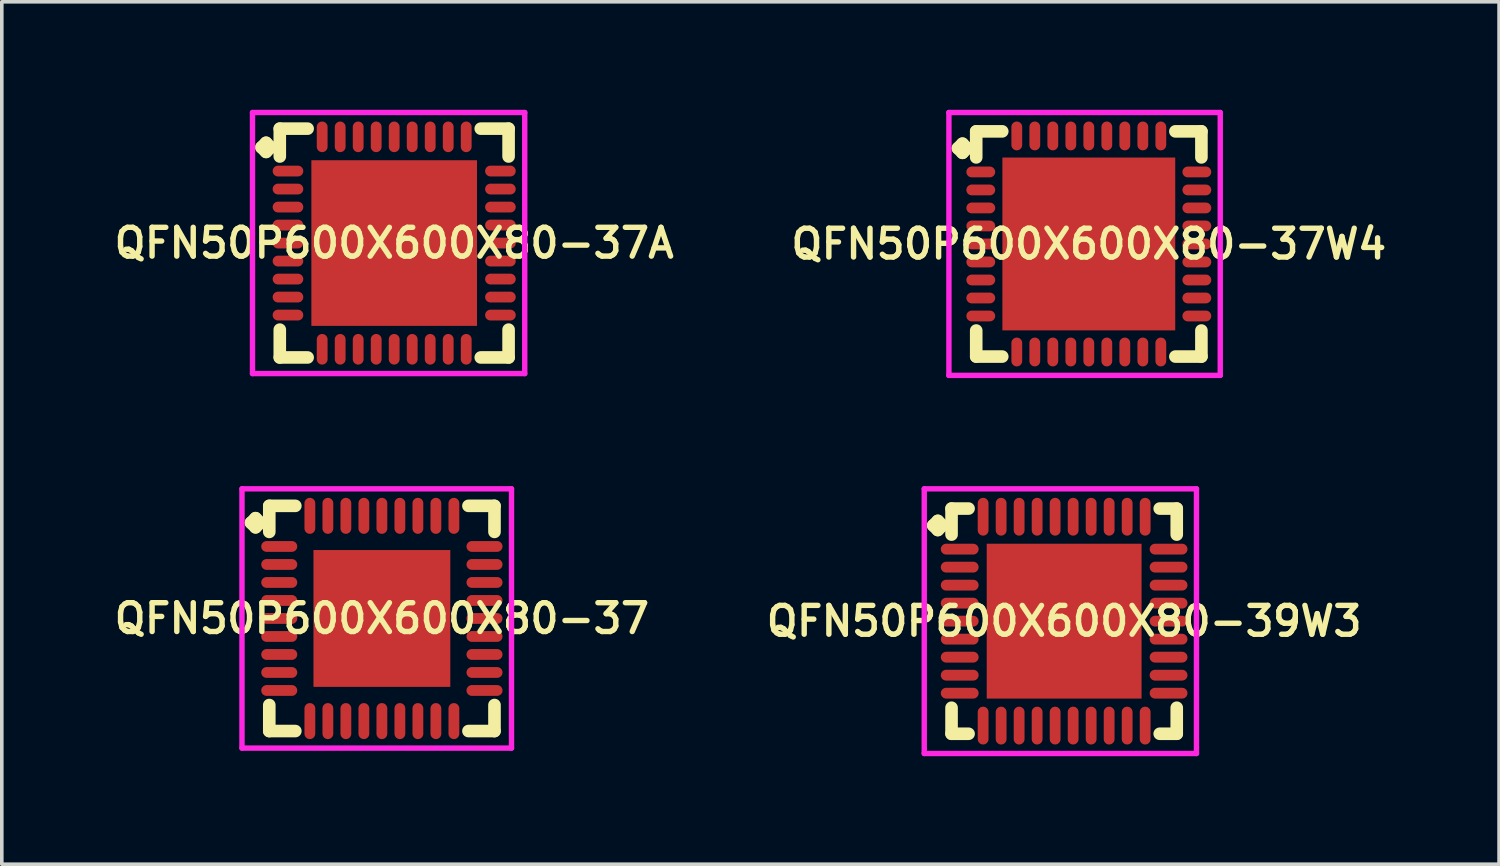
<source format=kicad_pcb>
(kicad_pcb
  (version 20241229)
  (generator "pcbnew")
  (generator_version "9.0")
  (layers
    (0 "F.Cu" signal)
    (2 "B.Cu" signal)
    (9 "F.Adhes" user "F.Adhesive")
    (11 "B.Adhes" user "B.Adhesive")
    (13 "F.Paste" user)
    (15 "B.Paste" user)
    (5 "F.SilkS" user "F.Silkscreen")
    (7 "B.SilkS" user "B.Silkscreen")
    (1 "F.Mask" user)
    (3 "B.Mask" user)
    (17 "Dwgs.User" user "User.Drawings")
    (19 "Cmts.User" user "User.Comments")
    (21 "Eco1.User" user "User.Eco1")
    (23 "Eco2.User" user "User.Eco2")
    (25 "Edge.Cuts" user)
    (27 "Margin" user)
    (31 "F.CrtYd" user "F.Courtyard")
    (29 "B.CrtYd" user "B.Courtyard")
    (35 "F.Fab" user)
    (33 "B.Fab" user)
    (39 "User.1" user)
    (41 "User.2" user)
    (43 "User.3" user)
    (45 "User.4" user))
  (footprint "QFN50P600X600X80-37"
    (layer "F.Cu")
    (at 7.555 14.125)
    (property "Reference" "QFN50P600X600X80-37" (at 0 0 0) (layer "F.SilkS") (effects (font (size 0.8 0.8) (thickness 0.15))))
    (attr smd)
    (fp_line (start -3.635 -2.658) (end -3.508 -2.785) (stroke (width 0.35) (type solid)) (layer "F.SilkS"))
    (fp_line (start -3.508 -2.785) (end -3.381 -2.658) (stroke (width 0.35) (type solid)) (layer "F.SilkS"))
    (fp_line (start -3.508 -2.531) (end -3.635 -2.658) (stroke (width 0.35) (type solid)) (layer "F.SilkS"))
    (fp_line (start -3.381 -2.658) (end -3.508 -2.531) (stroke (width 0.35) (type solid)) (layer "F.SilkS"))
    (fp_line (start -3.127 -3.127) (end -2.404 -3.127) (stroke (width 0.35) (type solid)) (layer "F.SilkS"))
    (fp_line (start -3.127 -2.404) (end -3.127 -3.127) (stroke (width 0.35) (type solid)) (layer "F.SilkS"))
    (fp_line (start -3.127 2.404) (end -3.127 3.127) (stroke (width 0.35) (type solid)) (layer "F.SilkS"))
    (fp_line (start -3.127 3.127) (end -2.404 3.127) (stroke (width 0.35) (type solid)) (layer "F.SilkS"))
    (fp_line (start 2.404 -3.127) (end 3.127 -3.127) (stroke (width 0.35) (type solid)) (layer "F.SilkS"))
    (fp_line (start 2.404 3.127) (end 3.127 3.127) (stroke (width 0.35) (type solid)) (layer "F.SilkS"))
    (fp_line (start 3.127 -3.127) (end 3.127 -2.404) (stroke (width 0.35) (type solid)) (layer "F.SilkS"))
    (fp_line (start 3.127 3.127) (end 3.127 2.404) (stroke (width 0.35) (type solid)) (layer "F.SilkS"))
    (fp_line (start -3.885 -3.6) (end 3.6 -3.6) (stroke (width 0.15) (type solid)) (layer "F.CrtYd"))
    (fp_line (start -3.885 3.6) (end -3.885 -3.6) (stroke (width 0.15) (type solid)) (layer "F.CrtYd"))
    (fp_line (start 3.6 -3.6) (end 3.6 3.6) (stroke (width 0.15) (type solid)) (layer "F.CrtYd"))
    (fp_line (start 3.6 3.6) (end -3.885 3.6) (stroke (width 0.15) (type solid)) (layer "F.CrtYd"))
    (pad "1" smd oval (at -2.85 -2) (size 1 0.3) (layers "F.Cu" "F.Mask" "F.Paste"))
    (pad "2" smd oval (at -2.85 -1.5) (size 1 0.3) (layers "F.Cu" "F.Mask" "F.Paste"))
    (pad "3" smd oval (at -2.85 -1) (size 1 0.3) (layers "F.Cu" "F.Mask" "F.Paste"))
    (pad "4" smd oval (at -2.85 -0.5) (size 1 0.3) (layers "F.Cu" "F.Mask" "F.Paste"))
    (pad "5" smd oval (at -2.85 0) (size 1 0.3) (layers "F.Cu" "F.Mask" "F.Paste"))
    (pad "6" smd oval (at -2.85 0.5) (size 1 0.3) (layers "F.Cu" "F.Mask" "F.Paste"))
    (pad "7" smd oval (at -2.85 1) (size 1 0.3) (layers "F.Cu" "F.Mask" "F.Paste"))
    (pad "8" smd oval (at -2.85 1.5) (size 1 0.3) (layers "F.Cu" "F.Mask" "F.Paste"))
    (pad "9" smd oval (at -2.85 2) (size 1 0.3) (layers "F.Cu" "F.Mask" "F.Paste"))
    (pad "10" smd oval (at -2 2.85) (size 0.3 1) (layers "F.Cu" "F.Mask" "F.Paste"))
    (pad "11" smd oval (at -1.5 2.85) (size 0.3 1) (layers "F.Cu" "F.Mask" "F.Paste"))
    (pad "12" smd oval (at -1 2.85) (size 0.3 1) (layers "F.Cu" "F.Mask" "F.Paste"))
    (pad "13" smd oval (at -0.5 2.85) (size 0.3 1) (layers "F.Cu" "F.Mask" "F.Paste"))
    (pad "14" smd oval (at 0 2.85) (size 0.3 1) (layers "F.Cu" "F.Mask" "F.Paste"))
    (pad "15" smd oval (at 0.5 2.85) (size 0.3 1) (layers "F.Cu" "F.Mask" "F.Paste"))
    (pad "16" smd oval (at 1 2.85) (size 0.3 1) (layers "F.Cu" "F.Mask" "F.Paste"))
    (pad "17" smd oval (at 1.5 2.85) (size 0.3 1) (layers "F.Cu" "F.Mask" "F.Paste"))
    (pad "18" smd oval (at 2 2.85) (size 0.3 1) (layers "F.Cu" "F.Mask" "F.Paste"))
    (pad "19" smd oval (at 2.85 2) (size 1 0.3) (layers "F.Cu" "F.Mask" "F.Paste"))
    (pad "20" smd oval (at 2.85 1.5) (size 1 0.3) (layers "F.Cu" "F.Mask" "F.Paste"))
    (pad "21" smd oval (at 2.85 1) (size 1 0.3) (layers "F.Cu" "F.Mask" "F.Paste"))
    (pad "22" smd oval (at 2.85 0.5) (size 1 0.3) (layers "F.Cu" "F.Mask" "F.Paste"))
    (pad "23" smd oval (at 2.85 0) (size 1 0.3) (layers "F.Cu" "F.Mask" "F.Paste"))
    (pad "24" smd oval (at 2.85 -0.5) (size 1 0.3) (layers "F.Cu" "F.Mask" "F.Paste"))
    (pad "25" smd oval (at 2.85 -1) (size 1 0.3) (layers "F.Cu" "F.Mask" "F.Paste"))
    (pad "26" smd oval (at 2.85 -1.5) (size 1 0.3) (layers "F.Cu" "F.Mask" "F.Paste"))
    (pad "27" smd oval (at 2.85 -2) (size 1 0.3) (layers "F.Cu" "F.Mask" "F.Paste"))
    (pad "28" smd oval (at 2 -2.85) (size 0.3 1) (layers "F.Cu" "F.Mask" "F.Paste"))
    (pad "29" smd oval (at 1.5 -2.85) (size 0.3 1) (layers "F.Cu" "F.Mask" "F.Paste"))
    (pad "30" smd oval (at 1 -2.85) (size 0.3 1) (layers "F.Cu" "F.Mask" "F.Paste"))
    (pad "31" smd oval (at 0.5 -2.85) (size 0.3 1) (layers "F.Cu" "F.Mask" "F.Paste"))
    (pad "32" smd oval (at 0 -2.85) (size 0.3 1) (layers "F.Cu" "F.Mask" "F.Paste"))
    (pad "33" smd oval (at -0.5 -2.85) (size 0.3 1) (layers "F.Cu" "F.Mask" "F.Paste"))
    (pad "34" smd oval (at -1 -2.85) (size 0.3 1) (layers "F.Cu" "F.Mask" "F.Paste"))
    (pad "35" smd oval (at -1.5 -2.85) (size 0.3 1) (layers "F.Cu" "F.Mask" "F.Paste"))
    (pad "36" smd oval (at -2 -2.85) (size 0.3 1) (layers "F.Cu" "F.Mask" "F.Paste"))
    (pad "37" smd rect (at 0 0) (size 3.8 3.8) (layers "F.Cu" "F.Mask" "F.Paste")))
  (footprint "QFN50P600X600X80-37W4"
    (layer "F.Cu")
    (at 27.187 3.725)
    (property "Reference" "QFN50P600X600X80-37W4" (at 0 0 0) (layer "F.SilkS") (effects (font (size 0.8 0.8) (thickness 0.15))))
    (attr through_hole)
    (fp_line (start -3.635 -2.658) (end -3.508 -2.785) (stroke (width 0.35) (type solid)) (layer "F.SilkS"))
    (fp_line (start -3.508 -2.785) (end -3.381 -2.658) (stroke (width 0.35) (type solid)) (layer "F.SilkS"))
    (fp_line (start -3.508 -2.531) (end -3.635 -2.658) (stroke (width 0.35) (type solid)) (layer "F.SilkS"))
    (fp_line (start -3.381 -2.658) (end -3.508 -2.531) (stroke (width 0.35) (type solid)) (layer "F.SilkS"))
    (fp_line (start -3.127 -3.127) (end -2.404 -3.127) (stroke (width 0.35) (type solid)) (layer "F.SilkS"))
    (fp_line (start -3.127 -2.404) (end -3.127 -3.127) (stroke (width 0.35) (type solid)) (layer "F.SilkS"))
    (fp_line (start -3.127 2.404) (end -3.127 3.127) (stroke (width 0.35) (type solid)) (layer "F.SilkS"))
    (fp_line (start -3.127 3.127) (end -2.404 3.127) (stroke (width 0.35) (type solid)) (layer "F.SilkS"))
    (fp_line (start 2.404 -3.127) (end 3.127 -3.127) (stroke (width 0.35) (type solid)) (layer "F.SilkS"))
    (fp_line (start 2.404 3.127) (end 3.127 3.127) (stroke (width 0.35) (type solid)) (layer "F.SilkS"))
    (fp_line (start 3.127 -3.127) (end 3.127 -2.404) (stroke (width 0.35) (type solid)) (layer "F.SilkS"))
    (fp_line (start 3.127 3.127) (end 3.127 2.404) (stroke (width 0.35) (type solid)) (layer "F.SilkS"))
    (fp_line (start -3.885 -3.65) (end 3.65 -3.65) (stroke (width 0.15) (type solid)) (layer "F.CrtYd"))
    (fp_line (start -3.885 3.65) (end -3.885 -3.65) (stroke (width 0.15) (type solid)) (layer "F.CrtYd"))
    (fp_line (start 3.65 -3.65) (end 3.65 3.65) (stroke (width 0.15) (type solid)) (layer "F.CrtYd"))
    (fp_line (start 3.65 3.65) (end -3.885 3.65) (stroke (width 0.15) (type solid)) (layer "F.CrtYd"))
    (pad "1" smd oval (at -3 -2) (size 0.8 0.3) (layers "F.Cu" "F.Mask" "F.Paste"))
    (pad "2" smd oval (at -3 -1.5) (size 0.8 0.3) (layers "F.Cu" "F.Mask" "F.Paste"))
    (pad "3" smd oval (at -3 -1) (size 0.8 0.3) (layers "F.Cu" "F.Mask" "F.Paste"))
    (pad "4" smd oval (at -3 -0.5) (size 0.8 0.3) (layers "F.Cu" "F.Mask" "F.Paste"))
    (pad "5" smd oval (at -3 0) (size 0.8 0.3) (layers "F.Cu" "F.Mask" "F.Paste"))
    (pad "6" smd oval (at -3 0.5) (size 0.8 0.3) (layers "F.Cu" "F.Mask" "F.Paste"))
    (pad "7" smd oval (at -3 1) (size 0.8 0.3) (layers "F.Cu" "F.Mask" "F.Paste"))
    (pad "8" smd oval (at -3 1.5) (size 0.8 0.3) (layers "F.Cu" "F.Mask" "F.Paste"))
    (pad "9" smd oval (at -3 2) (size 0.8 0.3) (layers "F.Cu" "F.Mask" "F.Paste"))
    (pad "10" smd oval (at -2 3) (size 0.3 0.8) (layers "F.Cu" "F.Mask" "F.Paste"))
    (pad "11" smd oval (at -1.5 3) (size 0.3 0.8) (layers "F.Cu" "F.Mask" "F.Paste"))
    (pad "12" smd oval (at -1 3) (size 0.3 0.8) (layers "F.Cu" "F.Mask" "F.Paste"))
    (pad "13" smd oval (at -0.5 3) (size 0.3 0.8) (layers "F.Cu" "F.Mask" "F.Paste"))
    (pad "14" smd oval (at 0 3) (size 0.3 0.8) (layers "F.Cu" "F.Mask" "F.Paste"))
    (pad "15" smd oval (at 0.5 3) (size 0.3 0.8) (layers "F.Cu" "F.Mask" "F.Paste"))
    (pad "16" smd oval (at 1 3) (size 0.3 0.8) (layers "F.Cu" "F.Mask" "F.Paste"))
    (pad "17" smd oval (at 1.5 3) (size 0.3 0.8) (layers "F.Cu" "F.Mask" "F.Paste"))
    (pad "18" smd oval (at 2 3) (size 0.3 0.8) (layers "F.Cu" "F.Mask" "F.Paste"))
    (pad "19" smd oval (at 3 2) (size 0.8 0.3) (layers "F.Cu" "F.Mask" "F.Paste"))
    (pad "20" smd oval (at 3 1.5) (size 0.8 0.3) (layers "F.Cu" "F.Mask" "F.Paste"))
    (pad "21" smd oval (at 3 1) (size 0.8 0.3) (layers "F.Cu" "F.Mask" "F.Paste"))
    (pad "22" smd oval (at 3 0.5) (size 0.8 0.3) (layers "F.Cu" "F.Mask" "F.Paste"))
    (pad "23" smd oval (at 3 0) (size 0.8 0.3) (layers "F.Cu" "F.Mask" "F.Paste"))
    (pad "24" smd oval (at 3 -0.5) (size 0.8 0.3) (layers "F.Cu" "F.Mask" "F.Paste"))
    (pad "25" smd oval (at 3 -1) (size 0.8 0.3) (layers "F.Cu" "F.Mask" "F.Paste"))
    (pad "26" smd oval (at 3 -1.5) (size 0.8 0.3) (layers "F.Cu" "F.Mask" "F.Paste"))
    (pad "27" smd oval (at 3 -2) (size 0.8 0.3) (layers "F.Cu" "F.Mask" "F.Paste"))
    (pad "28" smd oval (at 2 -3) (size 0.3 0.8) (layers "F.Cu" "F.Mask" "F.Paste"))
    (pad "29" smd oval (at 1.5 -3) (size 0.3 0.8) (layers "F.Cu" "F.Mask" "F.Paste"))
    (pad "30" smd oval (at 1 -3) (size 0.3 0.8) (layers "F.Cu" "F.Mask" "F.Paste"))
    (pad "31" smd oval (at 0.5 -3) (size 0.3 0.8) (layers "F.Cu" "F.Mask" "F.Paste"))
    (pad "32" smd oval (at 0 -3) (size 0.3 0.8) (layers "F.Cu" "F.Mask" "F.Paste"))
    (pad "33" smd oval (at -0.5 -3) (size 0.3 0.8) (layers "F.Cu" "F.Mask" "F.Paste"))
    (pad "34" smd oval (at -1 -3) (size 0.3 0.8) (layers "F.Cu" "F.Mask" "F.Paste"))
    (pad "35" smd oval (at -1.5 -3) (size 0.3 0.8) (layers "F.Cu" "F.Mask" "F.Paste"))
    (pad "36" smd oval (at -2 -3) (size 0.3 0.8) (layers "F.Cu" "F.Mask" "F.Paste"))
    (pad "37" smd rect (at 0 0) (size 4.8 4.8) (layers "F.Cu" "F.Mask" "F.Paste")))
  (footprint "QFN50P600X600X80-39W3"
    (layer "F.Cu")
    (at 26.502 14.2)
    (property "Reference" "QFN50P600X600X80-39W3" (at 0 0 0) (layer "F.SilkS") (effects (font (size 0.8 0.8) (thickness 0.15))))
    (attr smd)
    (fp_line (start -3.635 -2.658) (end -3.508 -2.785) (stroke (width 0.35) (type solid)) (layer "F.SilkS"))
    (fp_line (start -3.508 -2.785) (end -3.381 -2.658) (stroke (width 0.35) (type solid)) (layer "F.SilkS"))
    (fp_line (start -3.508 -2.531) (end -3.635 -2.658) (stroke (width 0.35) (type solid)) (layer "F.SilkS"))
    (fp_line (start -3.381 -2.658) (end -3.508 -2.531) (stroke (width 0.35) (type solid)) (layer "F.SilkS"))
    (fp_line (start -3.127 -3.127) (end -2.654 -3.127) (stroke (width 0.35) (type solid)) (layer "F.SilkS"))
    (fp_line (start -3.127 -2.404) (end -3.127 -3.127) (stroke (width 0.35) (type solid)) (layer "F.SilkS"))
    (fp_line (start -3.127 2.404) (end -3.127 3.127) (stroke (width 0.35) (type solid)) (layer "F.SilkS"))
    (fp_line (start -3.127 3.127) (end -2.654 3.127) (stroke (width 0.35) (type solid)) (layer "F.SilkS"))
    (fp_line (start 2.654 -3.127) (end 3.127 -3.127) (stroke (width 0.35) (type solid)) (layer "F.SilkS"))
    (fp_line (start 2.654 3.127) (end 3.127 3.127) (stroke (width 0.35) (type solid)) (layer "F.SilkS"))
    (fp_line (start 3.127 -3.127) (end 3.127 -2.404) (stroke (width 0.35) (type solid)) (layer "F.SilkS"))
    (fp_line (start 3.127 3.127) (end 3.127 2.404) (stroke (width 0.35) (type solid)) (layer "F.SilkS"))
    (fp_line (start -3.885 -3.675) (end 3.675 -3.675) (stroke (width 0.15) (type solid)) (layer "F.CrtYd"))
    (fp_line (start -3.885 3.675) (end -3.885 -3.675) (stroke (width 0.15) (type solid)) (layer "F.CrtYd"))
    (fp_line (start 3.675 -3.675) (end 3.675 3.675) (stroke (width 0.15) (type solid)) (layer "F.CrtYd"))
    (fp_line (start 3.675 3.675) (end -3.885 3.675) (stroke (width 0.15) (type solid)) (layer "F.CrtYd"))
    (pad "1" smd oval (at -2.9 -2) (size 1.05 0.3) (layers "F.Cu" "F.Mask" "F.Paste"))
    (pad "2" smd oval (at -2.9 -1.5) (size 1.05 0.3) (layers "F.Cu" "F.Mask" "F.Paste"))
    (pad "3" smd oval (at -2.9 -1) (size 1.05 0.3) (layers "F.Cu" "F.Mask" "F.Paste"))
    (pad "4" smd oval (at -2.9 -0.5) (size 1.05 0.3) (layers "F.Cu" "F.Mask" "F.Paste"))
    (pad "5" smd oval (at -2.9 0) (size 1.05 0.3) (layers "F.Cu" "F.Mask" "F.Paste"))
    (pad "6" smd oval (at -2.9 0.5) (size 1.05 0.3) (layers "F.Cu" "F.Mask" "F.Paste"))
    (pad "7" smd oval (at -2.9 1) (size 1.05 0.3) (layers "F.Cu" "F.Mask" "F.Paste"))
    (pad "8" smd oval (at -2.9 1.5) (size 1.05 0.3) (layers "F.Cu" "F.Mask" "F.Paste"))
    (pad "9" smd oval (at -2.9 2) (size 1.05 0.3) (layers "F.Cu" "F.Mask" "F.Paste"))
    (pad "10" smd oval (at -2.25 2.9) (size 0.3 1.05) (layers "F.Cu" "F.Mask" "F.Paste"))
    (pad "11" smd oval (at -1.75 2.9) (size 0.3 1.05) (layers "F.Cu" "F.Mask" "F.Paste"))
    (pad "12" smd oval (at -1.25 2.9) (size 0.3 1.05) (layers "F.Cu" "F.Mask" "F.Paste"))
    (pad "13" smd oval (at -0.75 2.9) (size 0.3 1.05) (layers "F.Cu" "F.Mask" "F.Paste"))
    (pad "14" smd oval (at -0.25 2.9) (size 0.3 1.05) (layers "F.Cu" "F.Mask" "F.Paste"))
    (pad "15" smd oval (at 0.25 2.9) (size 0.3 1.05) (layers "F.Cu" "F.Mask" "F.Paste"))
    (pad "16" smd oval (at 0.75 2.9) (size 0.3 1.05) (layers "F.Cu" "F.Mask" "F.Paste"))
    (pad "17" smd oval (at 1.25 2.9) (size 0.3 1.05) (layers "F.Cu" "F.Mask" "F.Paste"))
    (pad "18" smd oval (at 1.75 2.9) (size 0.3 1.05) (layers "F.Cu" "F.Mask" "F.Paste"))
    (pad "19" smd oval (at 2.25 2.9) (size 0.3 1.05) (layers "F.Cu" "F.Mask" "F.Paste"))
    (pad "20" smd oval (at 2.9 2) (size 1.05 0.3) (layers "F.Cu" "F.Mask" "F.Paste"))
    (pad "21" smd oval (at 2.9 1.5) (size 1.05 0.3) (layers "F.Cu" "F.Mask" "F.Paste"))
    (pad "22" smd oval (at 2.9 1) (size 1.05 0.3) (layers "F.Cu" "F.Mask" "F.Paste"))
    (pad "23" smd oval (at 2.9 0.5) (size 1.05 0.3) (layers "F.Cu" "F.Mask" "F.Paste"))
    (pad "24" smd oval (at 2.9 0) (size 1.05 0.3) (layers "F.Cu" "F.Mask" "F.Paste"))
    (pad "25" smd oval (at 2.9 -0.5) (size 1.05 0.3) (layers "F.Cu" "F.Mask" "F.Paste"))
    (pad "26" smd oval (at 2.9 -1) (size 1.05 0.3) (layers "F.Cu" "F.Mask" "F.Paste"))
    (pad "27" smd oval (at 2.9 -1.5) (size 1.05 0.3) (layers "F.Cu" "F.Mask" "F.Paste"))
    (pad "28" smd oval (at 2.9 -2) (size 1.05 0.3) (layers "F.Cu" "F.Mask" "F.Paste"))
    (pad "29" smd oval (at 2.25 -2.9) (size 0.3 1.05) (layers "F.Cu" "F.Mask" "F.Paste"))
    (pad "30" smd oval (at 1.75 -2.9) (size 0.3 1.05) (layers "F.Cu" "F.Mask" "F.Paste"))
    (pad "31" smd oval (at 1.25 -2.9) (size 0.3 1.05) (layers "F.Cu" "F.Mask" "F.Paste"))
    (pad "32" smd oval (at 0.75 -2.9) (size 0.3 1.05) (layers "F.Cu" "F.Mask" "F.Paste"))
    (pad "33" smd oval (at 0.25 -2.9) (size 0.3 1.05) (layers "F.Cu" "F.Mask" "F.Paste"))
    (pad "34" smd oval (at -0.25 -2.9) (size 0.3 1.05) (layers "F.Cu" "F.Mask" "F.Paste"))
    (pad "35" smd oval (at -0.75 -2.9) (size 0.3 1.05) (layers "F.Cu" "F.Mask" "F.Paste"))
    (pad "36" smd oval (at -1.25 -2.9) (size 0.3 1.05) (layers "F.Cu" "F.Mask" "F.Paste"))
    (pad "37" smd oval (at -1.75 -2.9) (size 0.3 1.05) (layers "F.Cu" "F.Mask" "F.Paste"))
    (pad "38" smd oval (at -2.25 -2.9) (size 0.3 1.05) (layers "F.Cu" "F.Mask" "F.Paste"))
    (pad "39" smd rect (at 0 0) (size 4.3 4.3) (layers "F.Cu" "F.Mask" "F.Paste")))
  (footprint "QFN50P600X600X80-37A"
    (layer "F.Cu")
    (at 7.897 3.7)
    (property "Reference" "QFN50P600X600X80-37A" (at 0 0 0) (layer "F.SilkS") (effects (font (size 0.8 0.8) (thickness 0.15))))
    (attr smd)
    (fp_line (start -3.685 -2.658) (end -3.558 -2.785) (stroke (width 0.35) (type solid)) (layer "F.SilkS"))
    (fp_line (start -3.558 -2.785) (end -3.431 -2.658) (stroke (width 0.35) (type solid)) (layer "F.SilkS"))
    (fp_line (start -3.558 -2.531) (end -3.685 -2.658) (stroke (width 0.35) (type solid)) (layer "F.SilkS"))
    (fp_line (start -3.431 -2.658) (end -3.558 -2.531) (stroke (width 0.35) (type solid)) (layer "F.SilkS"))
    (fp_line (start -3.177 -3.177) (end -2.404 -3.177) (stroke (width 0.35) (type solid)) (layer "F.SilkS"))
    (fp_line (start -3.177 -2.404) (end -3.177 -3.177) (stroke (width 0.35) (type solid)) (layer "F.SilkS"))
    (fp_line (start -3.177 2.404) (end -3.177 3.177) (stroke (width 0.35) (type solid)) (layer "F.SilkS"))
    (fp_line (start -3.177 3.177) (end -2.404 3.177) (stroke (width 0.35) (type solid)) (layer "F.SilkS"))
    (fp_line (start 2.404 -3.177) (end 3.177 -3.177) (stroke (width 0.35) (type solid)) (layer "F.SilkS"))
    (fp_line (start 2.404 3.177) (end 3.177 3.177) (stroke (width 0.35) (type solid)) (layer "F.SilkS"))
    (fp_line (start 3.177 -3.177) (end 3.177 -2.404) (stroke (width 0.35) (type solid)) (layer "F.SilkS"))
    (fp_line (start 3.177 3.177) (end 3.177 2.404) (stroke (width 0.35) (type solid)) (layer "F.SilkS"))
    (fp_line (start -3.935 -3.625) (end 3.625 -3.625) (stroke (width 0.15) (type solid)) (layer "F.CrtYd"))
    (fp_line (start -3.935 3.625) (end -3.935 -3.625) (stroke (width 0.15) (type solid)) (layer "F.CrtYd"))
    (fp_line (start 3.625 -3.625) (end 3.625 3.625) (stroke (width 0.15) (type solid)) (layer "F.CrtYd"))
    (fp_line (start 3.625 3.625) (end -3.935 3.625) (stroke (width 0.15) (type solid)) (layer "F.CrtYd"))
    (pad "1" smd oval (at -2.95 -2) (size 0.85 0.3) (layers "F.Cu" "F.Mask" "F.Paste"))
    (pad "2" smd oval (at -2.95 -1.5) (size 0.85 0.3) (layers "F.Cu" "F.Mask" "F.Paste"))
    (pad "3" smd oval (at -2.95 -1) (size 0.85 0.3) (layers "F.Cu" "F.Mask" "F.Paste"))
    (pad "4" smd oval (at -2.95 -0.5) (size 0.85 0.3) (layers "F.Cu" "F.Mask" "F.Paste"))
    (pad "5" smd oval (at -2.95 0) (size 0.85 0.3) (layers "F.Cu" "F.Mask" "F.Paste"))
    (pad "6" smd oval (at -2.95 0.5) (size 0.85 0.3) (layers "F.Cu" "F.Mask" "F.Paste"))
    (pad "7" smd oval (at -2.95 1) (size 0.85 0.3) (layers "F.Cu" "F.Mask" "F.Paste"))
    (pad "8" smd oval (at -2.95 1.5) (size 0.85 0.3) (layers "F.Cu" "F.Mask" "F.Paste"))
    (pad "9" smd oval (at -2.95 2) (size 0.85 0.3) (layers "F.Cu" "F.Mask" "F.Paste"))
    (pad "10" smd oval (at -2 2.95) (size 0.3 0.85) (layers "F.Cu" "F.Mask" "F.Paste"))
    (pad "11" smd oval (at -1.5 2.95) (size 0.3 0.85) (layers "F.Cu" "F.Mask" "F.Paste"))
    (pad "12" smd oval (at -1 2.95) (size 0.3 0.85) (layers "F.Cu" "F.Mask" "F.Paste"))
    (pad "13" smd oval (at -0.5 2.95) (size 0.3 0.85) (layers "F.Cu" "F.Mask" "F.Paste"))
    (pad "14" smd oval (at 0 2.95) (size 0.3 0.85) (layers "F.Cu" "F.Mask" "F.Paste"))
    (pad "15" smd oval (at 0.5 2.95) (size 0.3 0.85) (layers "F.Cu" "F.Mask" "F.Paste"))
    (pad "16" smd oval (at 1 2.95) (size 0.3 0.85) (layers "F.Cu" "F.Mask" "F.Paste"))
    (pad "17" smd oval (at 1.5 2.95) (size 0.3 0.85) (layers "F.Cu" "F.Mask" "F.Paste"))
    (pad "18" smd oval (at 2 2.95) (size 0.3 0.85) (layers "F.Cu" "F.Mask" "F.Paste"))
    (pad "19" smd oval (at 2.95 2) (size 0.85 0.3) (layers "F.Cu" "F.Mask" "F.Paste"))
    (pad "20" smd oval (at 2.95 1.5) (size 0.85 0.3) (layers "F.Cu" "F.Mask" "F.Paste"))
    (pad "21" smd oval (at 2.95 1) (size 0.85 0.3) (layers "F.Cu" "F.Mask" "F.Paste"))
    (pad "22" smd oval (at 2.95 0.5) (size 0.85 0.3) (layers "F.Cu" "F.Mask" "F.Paste"))
    (pad "23" smd oval (at 2.95 0) (size 0.85 0.3) (layers "F.Cu" "F.Mask" "F.Paste"))
    (pad "24" smd oval (at 2.95 -0.5) (size 0.85 0.3) (layers "F.Cu" "F.Mask" "F.Paste"))
    (pad "25" smd oval (at 2.95 -1) (size 0.85 0.3) (layers "F.Cu" "F.Mask" "F.Paste"))
    (pad "26" smd oval (at 2.95 -1.5) (size 0.85 0.3) (layers "F.Cu" "F.Mask" "F.Paste"))
    (pad "27" smd oval (at 2.95 -2) (size 0.85 0.3) (layers "F.Cu" "F.Mask" "F.Paste"))
    (pad "28" smd oval (at 2 -2.95) (size 0.3 0.85) (layers "F.Cu" "F.Mask" "F.Paste"))
    (pad "29" smd oval (at 1.5 -2.95) (size 0.3 0.85) (layers "F.Cu" "F.Mask" "F.Paste"))
    (pad "30" smd oval (at 1 -2.95) (size 0.3 0.85) (layers "F.Cu" "F.Mask" "F.Paste"))
    (pad "31" smd oval (at 0.5 -2.95) (size 0.3 0.85) (layers "F.Cu" "F.Mask" "F.Paste"))
    (pad "32" smd oval (at 0 -2.95) (size 0.3 0.85) (layers "F.Cu" "F.Mask" "F.Paste"))
    (pad "33" smd oval (at -0.5 -2.95) (size 0.3 0.85) (layers "F.Cu" "F.Mask" "F.Paste"))
    (pad "34" smd oval (at -1 -2.95) (size 0.3 0.85) (layers "F.Cu" "F.Mask" "F.Paste"))
    (pad "35" smd oval (at -1.5 -2.95) (size 0.3 0.85) (layers "F.Cu" "F.Mask" "F.Paste"))
    (pad "36" smd oval (at -2 -2.95) (size 0.3 0.85) (layers "F.Cu" "F.Mask" "F.Paste"))
    (pad "37" smd rect (at 0 0) (size 4.6 4.6) (layers "F.Cu" "F.Mask" "F.Paste")))
  (gr_rect
    (start -3 -3)
    (end 38.58 20.95)
    (stroke (width 0.1) (type default))
    (fill no)
    (layer "Edge.Cuts")))
</source>
